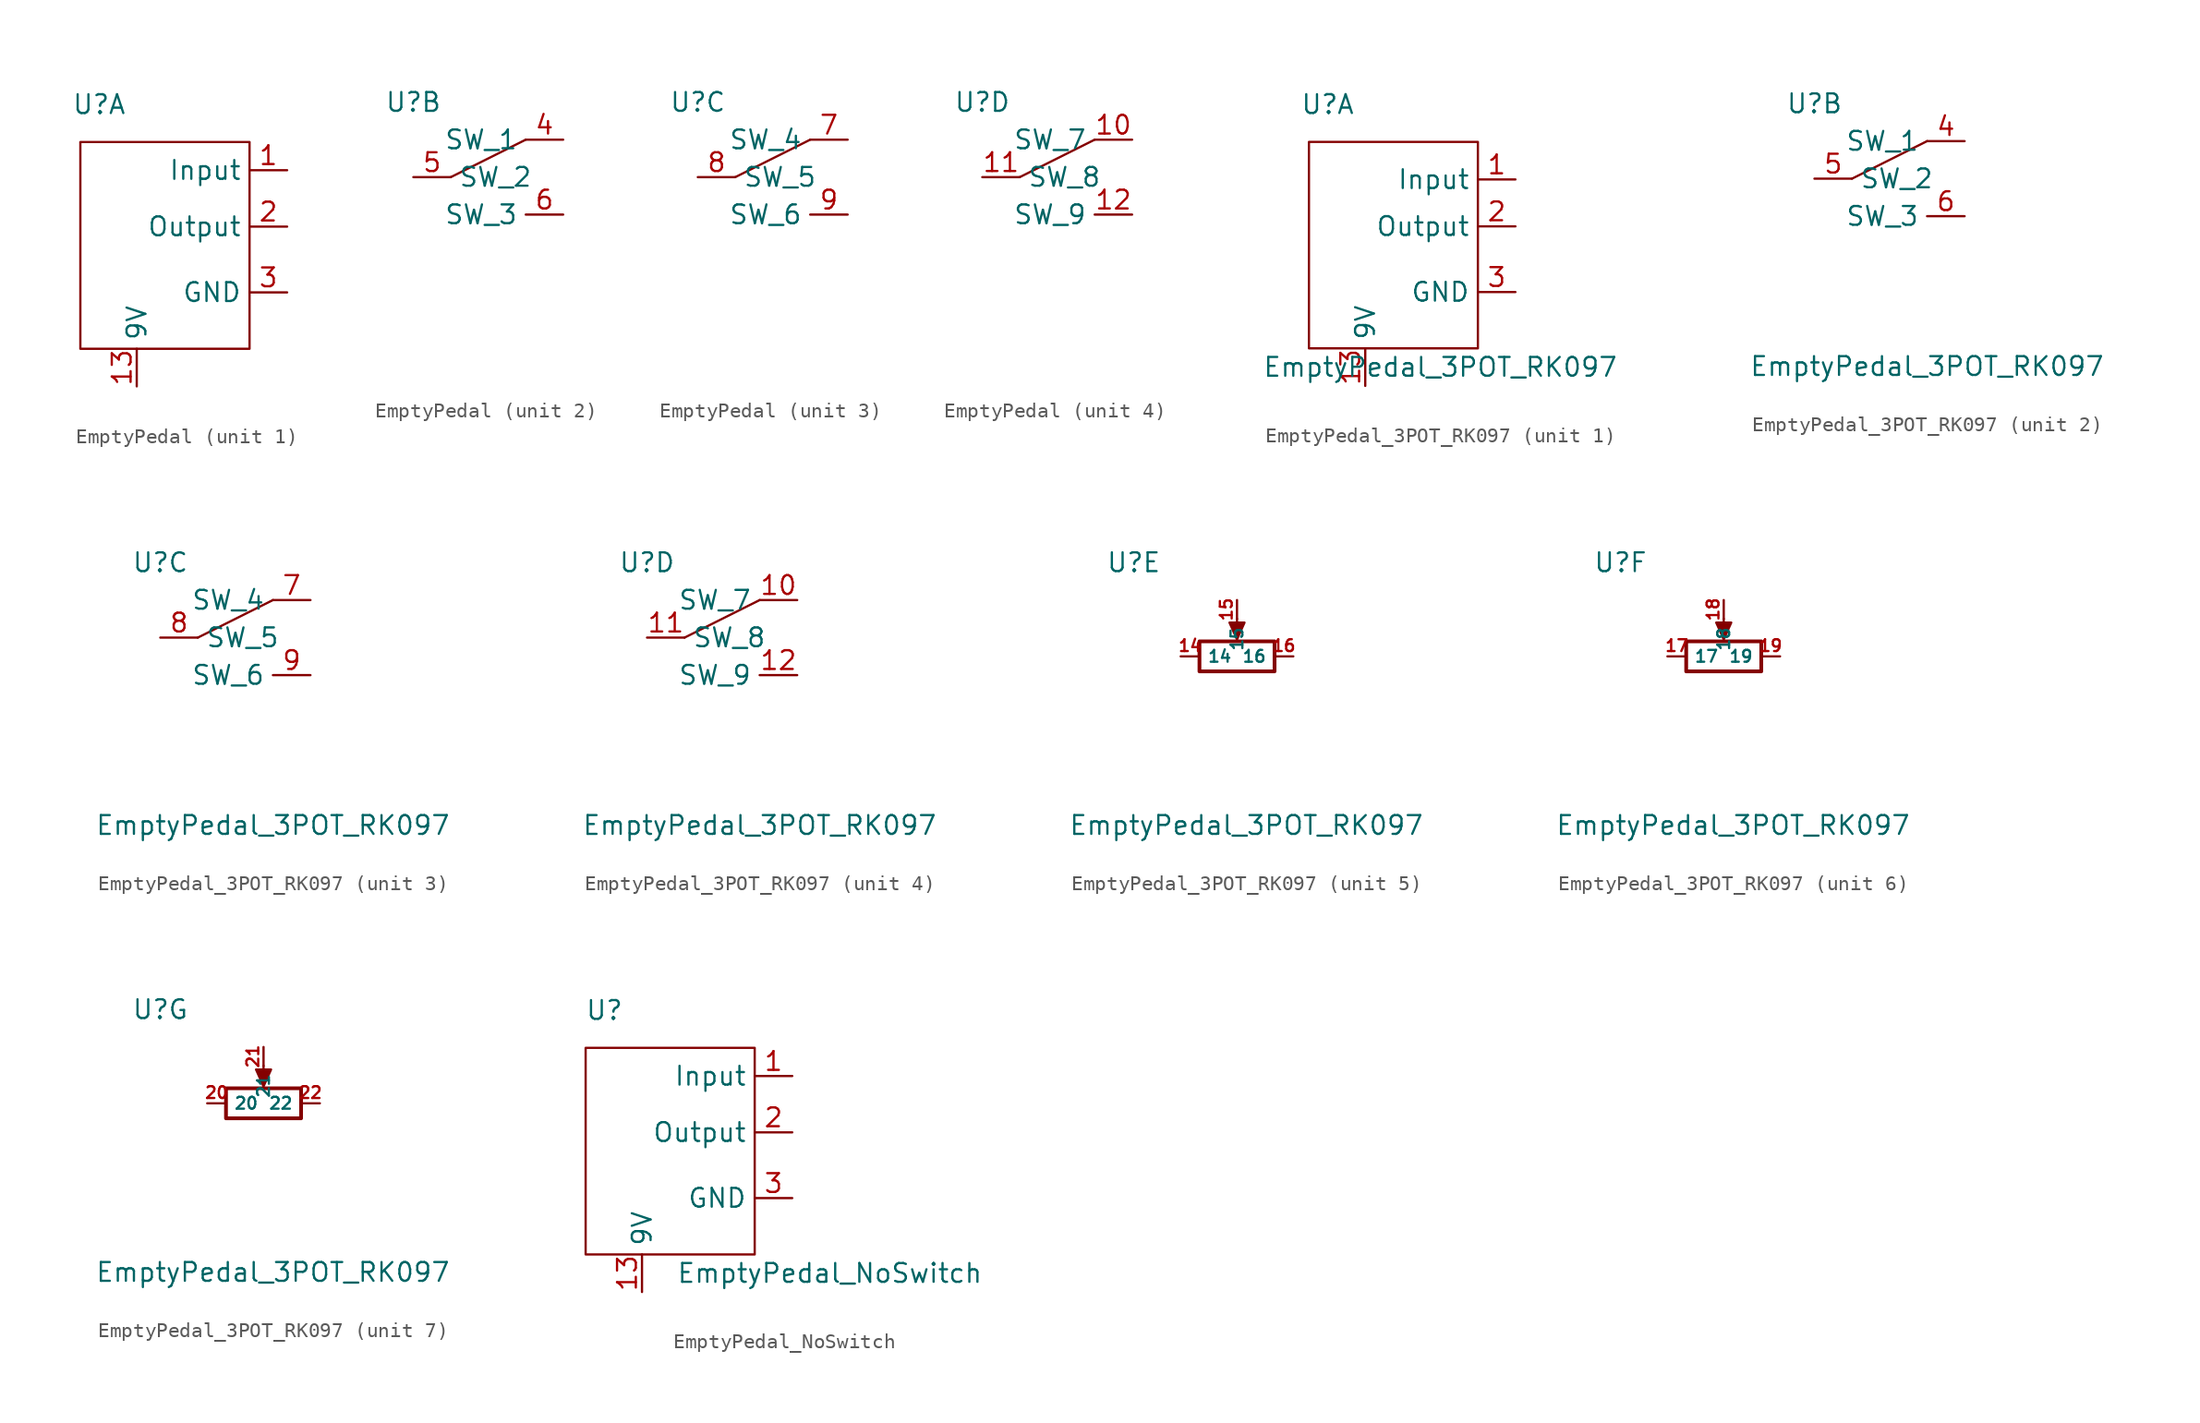
<source format=kicad_sym>
(kicad_symbol_lib
  (version 20220914)
  (generator kicad_symbol_editor)
  (symbol "EmptyPedal"
    (property "Reference" "U"
      (at -10.16 7.62 0)
      (effects (font (size 1.27 1.27))))
    (property "Value" ""
      (at -2.54 -10.16 0)
      (effects (font (size 1.27 1.27))))
    (property "ki_locked" ""
      (at 0 0 0)
      (effects (font (size 1.27 1.27))))
    (symbol "EmptyPedal_1_1"
      (rectangle (start -11.43 5.08) (end 0 -8.89) (stroke (width 0) (type default)) (fill (type none)))
      (pin input line (at 2.54 3.175 180) (length 2.54) (name "Input" (effects (font (size 1.27 1.27)))) (number "1" (effects (font (size 1.27 1.27)))))
      (pin passive line (at -7.62 -11.43 90) (length 2.54) (name "9V" (effects (font (size 1.27 1.27)))) (number "13" (effects (font (size 1.27 1.27)))))
      (pin output line (at 2.54 -0.635 180) (length 2.54) (name "Output" (effects (font (size 1.27 1.27)))) (number "2" (effects (font (size 1.27 1.27)))))
      (pin passive line (at 2.54 -5.08 180) (length 2.54) (name "GND" (effects (font (size 1.27 1.27)))) (number "3" (effects (font (size 1.27 1.27))))))
    (symbol "EmptyPedal_2_1"
      (polyline (pts (xy -7.62 2.54) (xy -2.54 5.08)) (stroke (width 0) (type default)) (fill (type none)))
      (pin passive line (at 0 5.08 180) (length 2.54) (name "SW_1" (effects (font (size 1.27 1.27)))) (number "4" (effects (font (size 1.27 1.27)))))
      (pin passive line (at -10.16 2.54 0) (length 2.54) (name "SW_2" (effects (font (size 1.27 1.27)))) (number "5" (effects (font (size 1.27 1.27)))))
      (pin passive line (at 0 0 180) (length 2.54) (name "SW_3" (effects (font (size 1.27 1.27)))) (number "6" (effects (font (size 1.27 1.27))))))
    (symbol "EmptyPedal_3_1"
      (polyline (pts (xy -7.62 2.54) (xy -2.54 5.08)) (stroke (width 0) (type default)) (fill (type none)))
      (pin passive line (at 0 5.08 180) (length 2.54) (name "SW_4" (effects (font (size 1.27 1.27)))) (number "7" (effects (font (size 1.27 1.27)))))
      (pin passive line (at -10.16 2.54 0) (length 2.54) (name "SW_5" (effects (font (size 1.27 1.27)))) (number "8" (effects (font (size 1.27 1.27)))))
      (pin passive line (at 0 0 180) (length 2.54) (name "SW_6" (effects (font (size 1.27 1.27)))) (number "9" (effects (font (size 1.27 1.27))))))
    (symbol "EmptyPedal_4_1"
      (polyline (pts (xy -7.62 2.54) (xy -2.54 5.08)) (stroke (width 0) (type default)) (fill (type none)))
      (pin passive line (at 0 5.08 180) (length 2.54) (name "SW_7" (effects (font (size 1.27 1.27)))) (number "10" (effects (font (size 1.27 1.27)))))
      (pin passive line (at -10.16 2.54 0) (length 2.54) (name "SW_8" (effects (font (size 1.27 1.27)))) (number "11" (effects (font (size 1.27 1.27)))))
      (pin passive line (at 0 0 180) (length 2.54) (name "SW_9" (effects (font (size 1.27 1.27)))) (number "12" (effects (font (size 1.27 1.27)))))))
  (symbol "EmptyPedal_3POT_RK097"
    (property "Reference" "U"
      (at -10.16 7.62 0)
      (effects (font (size 1.27 1.27))))
    (property "Value" "EmptyPedal_3POT_RK097"
      (at -2.54 -10.16 0)
      (effects (font (size 1.27 1.27))))
    (property "ki_locked" ""
      (at 0 0 0)
      (effects (font (size 1.27 1.27))))
    (symbol "EmptyPedal_3POT_RK097_1_1"
      (rectangle (start -11.43 5.08) (end 0 -8.89) (stroke (width 0) (type default)) (fill (type none)))
      (pin input line (at 2.54 2.54 180) (length 2.54) (name "Input" (effects (font (size 1.27 1.27)))) (number "1" (effects (font (size 1.27 1.27)))))
      (pin passive line (at -7.62 -11.43 90) (length 2.54) (name "9V" (effects (font (size 1.27 1.27)))) (number "13" (effects (font (size 1.27 1.27)))))
      (pin output line (at 2.54 -0.635 180) (length 2.54) (name "Output" (effects (font (size 1.27 1.27)))) (number "2" (effects (font (size 1.27 1.27)))))
      (pin passive line (at 2.54 -5.08 180) (length 2.54) (name "GND" (effects (font (size 1.27 1.27)))) (number "3" (effects (font (size 1.27 1.27))))))
    (symbol "EmptyPedal_3POT_RK097_2_1"
      (polyline (pts (xy -7.62 2.54) (xy -2.54 5.08)) (stroke (width 0) (type default)) (fill (type none)))
      (pin passive line (at 0 5.08 180) (length 2.54) (name "SW_1" (effects (font (size 1.27 1.27)))) (number "4" (effects (font (size 1.27 1.27)))))
      (pin passive line (at -10.16 2.54 0) (length 2.54) (name "SW_2" (effects (font (size 1.27 1.27)))) (number "5" (effects (font (size 1.27 1.27)))))
      (pin passive line (at 0 0 180) (length 2.54) (name "SW_3" (effects (font (size 1.27 1.27)))) (number "6" (effects (font (size 1.27 1.27))))))
    (symbol "EmptyPedal_3POT_RK097_3_1"
      (polyline (pts (xy -7.62 2.54) (xy -2.54 5.08)) (stroke (width 0) (type default)) (fill (type none)))
      (pin passive line (at 0 5.08 180) (length 2.54) (name "SW_4" (effects (font (size 1.27 1.27)))) (number "7" (effects (font (size 1.27 1.27)))))
      (pin passive line (at -10.16 2.54 0) (length 2.54) (name "SW_5" (effects (font (size 1.27 1.27)))) (number "8" (effects (font (size 1.27 1.27)))))
      (pin passive line (at 0 0 180) (length 2.54) (name "SW_6" (effects (font (size 1.27 1.27)))) (number "9" (effects (font (size 1.27 1.27))))))
    (symbol "EmptyPedal_3POT_RK097_4_1"
      (polyline (pts (xy -7.62 2.54) (xy -2.54 5.08)) (stroke (width 0) (type default)) (fill (type none)))
      (pin passive line (at 0 5.08 180) (length 2.54) (name "SW_7" (effects (font (size 1.27 1.27)))) (number "10" (effects (font (size 1.27 1.27)))))
      (pin passive line (at -10.16 2.54 0) (length 2.54) (name "SW_8" (effects (font (size 1.27 1.27)))) (number "11" (effects (font (size 1.27 1.27)))))
      (pin passive line (at 0 0 180) (length 2.54) (name "SW_9" (effects (font (size 1.27 1.27)))) (number "12" (effects (font (size 1.27 1.27))))))
    (symbol "EmptyPedal_3POT_RK097_5_1"
      (rectangle (start -5.715 0.254) (end -0.635 2.286) (stroke (width 0.254) (type default)) (fill (type none)))
      (polyline (pts (xy -3.175 3.81) (xy -3.175 2.794)) (stroke (width 0) (type default)) (fill (type none)))
      (polyline (pts (xy -3.175 2.413) (xy -3.683 3.556) (xy -2.667 3.556) (xy -3.175 2.413)) (stroke (width 0) (type default)) (fill (type outline)))
      (pin passive line (at -6.985 1.27 0) (length 1.27) (name "14" (effects (font (size 0.8 0.8)))) (number "14" (effects (font (size 0.8 0.8)))))
      (pin passive line (at -3.175 5.08 270) (length 1.27) (name "15" (effects (font (size 0.8 0.8)))) (number "15" (effects (font (size 0.8 0.8)))))
      (pin passive line (at 0.635 1.27 180) (length 1.27) (name "16" (effects (font (size 0.8 0.8)))) (number "16" (effects (font (size 0.8 0.8))))))
    (symbol "EmptyPedal_3POT_RK097_6_1"
      (rectangle (start -5.715 0.254) (end -0.635 2.286) (stroke (width 0.254) (type default)) (fill (type none)))
      (polyline (pts (xy -3.175 3.81) (xy -3.175 2.794)) (stroke (width 0) (type default)) (fill (type none)))
      (polyline (pts (xy -3.175 2.413) (xy -3.683 3.556) (xy -2.667 3.556) (xy -3.175 2.413)) (stroke (width 0) (type default)) (fill (type outline)))
      (pin passive line (at -6.985 1.27 0) (length 1.27) (name "17" (effects (font (size 0.8 0.8)))) (number "17" (effects (font (size 0.8 0.8)))))
      (pin passive line (at -3.175 5.08 270) (length 1.27) (name "18" (effects (font (size 0.8 0.8)))) (number "18" (effects (font (size 0.8 0.8)))))
      (pin passive line (at 0.635 1.27 180) (length 1.27) (name "19" (effects (font (size 0.8 0.8)))) (number "19" (effects (font (size 0.8 0.8))))))
    (symbol "EmptyPedal_3POT_RK097_7_1"
      (rectangle (start -5.715 0.254) (end -0.635 2.286) (stroke (width 0.254) (type default)) (fill (type none)))
      (polyline (pts (xy -3.175 3.81) (xy -3.175 2.794)) (stroke (width 0) (type default)) (fill (type none)))
      (polyline (pts (xy -3.175 2.413) (xy -3.683 3.556) (xy -2.667 3.556) (xy -3.175 2.413)) (stroke (width 0) (type default)) (fill (type outline)))
      (pin passive line (at -6.985 1.27 0) (length 1.27) (name "20" (effects (font (size 0.8 0.8)))) (number "20" (effects (font (size 0.8 0.8)))))
      (pin passive line (at -3.175 5.08 270) (length 1.27) (name "21" (effects (font (size 0.8 0.8)))) (number "21" (effects (font (size 0.8 0.8)))))
      (pin passive line (at 0.635 1.27 180) (length 1.27) (name "22" (effects (font (size 0.8 0.8)))) (number "22" (effects (font (size 0.8 0.8)))))))
  (symbol "EmptyPedal_NoSwitch"
    (property "Reference" "U"
      (at -10.16 7.62 0)
      (effects (font (size 1.27 1.27))))
    (property "Value" "EmptyPedal_NoSwitch"
      (at 5.08 -10.16 0)
      (effects (font (size 1.27 1.27))))
    (symbol "EmptyPedal_NoSwitch_1_1"
      (rectangle (start -11.43 5.08) (end 0 -8.89) (stroke (width 0) (type default)) (fill (type none)))
      (pin input line (at 2.54 3.175 180) (length 2.54) (name "Input" (effects (font (size 1.27 1.27)))) (number "1" (effects (font (size 1.27 1.27)))))
      (pin passive line (at -7.62 -11.43 90) (length 2.54) (name "9V" (effects (font (size 1.27 1.27)))) (number "13" (effects (font (size 1.27 1.27)))))
      (pin output line (at 2.54 -0.635 180) (length 2.54) (name "Output" (effects (font (size 1.27 1.27)))) (number "2" (effects (font (size 1.27 1.27)))))
      (pin passive line (at 2.54 -5.08 180) (length 2.54) (name "GND" (effects (font (size 1.27 1.27)))) (number "3" (effects (font (size 1.27 1.27))))))))
</source>
